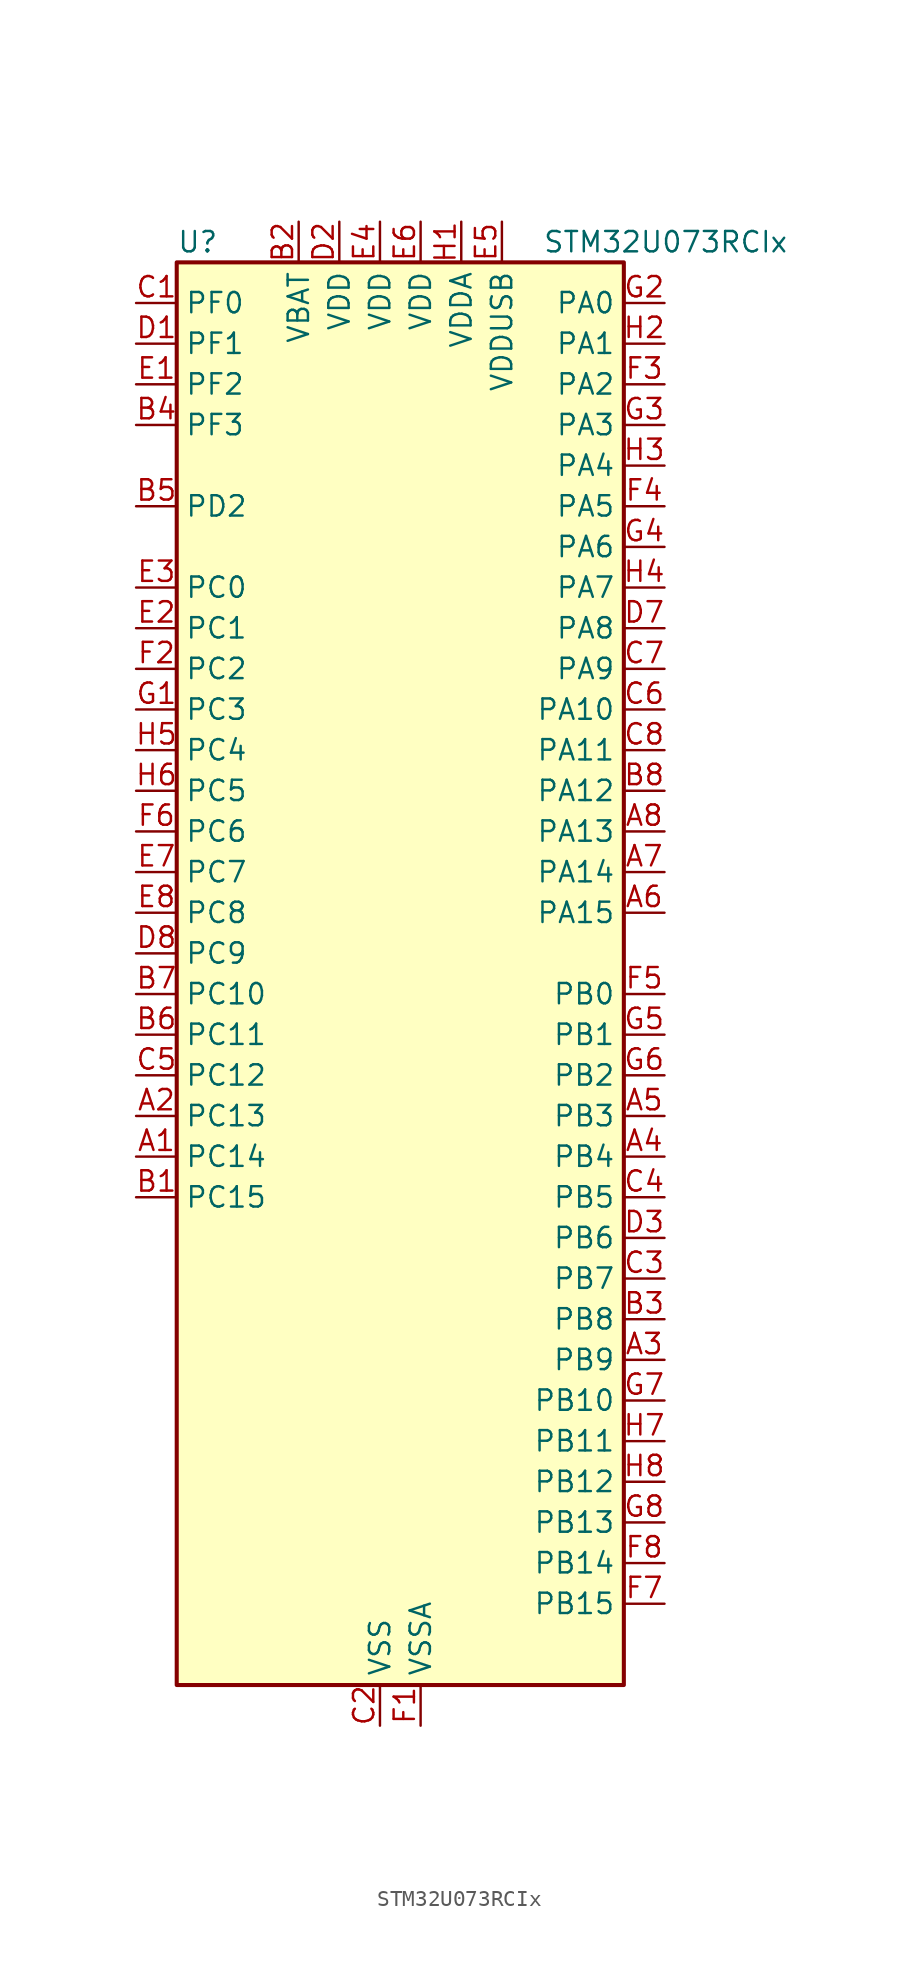
<source format=kicad_sym>
(kicad_symbol_lib
  (version 20231120)
  (generator "kicad_symbol_editor")
  (generator_version "8.99")
  (symbol "STM32U073RCIx"
    (property "Reference" "U"
      (at -12.7 46.99 0)
      (effects (font (size 1.27 1.27)) (justify left)))
    (property "Value" "STM32U073RCIx"
      (at 10.16 46.99 0)
      (effects (font (size 1.27 1.27)) (justify left)))
    (property "ki_locked" ""
      (at 0 0 0)
      (effects (font (size 1.27 1.27))))
    (symbol "STM32U073RCIx_0_1"
      (rectangle (start -12.7 -43.18) (end 15.24 45.72) (stroke (width 0.254) (type default)) (fill (type background))))
    (symbol "STM32U073RCIx_1_1"
      (pin bidirectional line (at -15.24 -10.16 0) (length 2.54) (name "PC14" (effects (font (size 1.27 1.27)))) (number "A1" (effects (font (size 1.27 1.27)))) (alternate "RCC_OSC32_IN" bidirectional line))
      (pin bidirectional line (at -15.24 -7.62 0) (length 2.54) (name "PC13" (effects (font (size 1.27 1.27)))) (number "A2" (effects (font (size 1.27 1.27)))) (alternate "LPTIM1_CH3" bidirectional line) (alternate "LPTIM3_CH3" bidirectional line) (alternate "PWR_WKUP2" bidirectional line) (alternate "RTC_OUT1" bidirectional line) (alternate "RTC_TS" bidirectional line) (alternate "TAMP_IN1" bidirectional line))
      (pin bidirectional line (at 17.78 -22.86 180) (length 2.54) (name "PB9" (effects (font (size 1.27 1.27)))) (number "A3" (effects (font (size 1.27 1.27)))) (alternate "DAC1_EXTI9" bidirectional line) (alternate "I2C1_SDA" bidirectional line) (alternate "I2C2_SDA" bidirectional line) (alternate "IR_OUT" bidirectional line) (alternate "LCD_COM3" bidirectional line) (alternate "LPTIM1_CH4" bidirectional line) (alternate "LPTIM3_CH4" bidirectional line) (alternate "SPI2_NSS" bidirectional line) (alternate "USART3_RX" bidirectional line))
      (pin bidirectional line (at 17.78 -10.16 180) (length 2.54) (name "PB4" (effects (font (size 1.27 1.27)))) (number "A4" (effects (font (size 1.27 1.27)))) (alternate "COMP2_INP" bidirectional line) (alternate "I2C2_SDA" bidirectional line) (alternate "I2C3_SDA" bidirectional line) (alternate "LCD_SEG8" bidirectional line) (alternate "LPTIM1_CH4" bidirectional line) (alternate "LPUART3_DE" bidirectional line) (alternate "LPUART3_RTS" bidirectional line) (alternate "SPI1_MISO" bidirectional line) (alternate "SPI3_MISO" bidirectional line) (alternate "TIM3_CH1" bidirectional line) (alternate "TSC_G2_IO1" bidirectional line) (alternate "USART1_CTS" bidirectional line))
      (pin bidirectional line (at 17.78 -7.62 180) (length 2.54) (name "PB3" (effects (font (size 1.27 1.27)))) (number "A5" (effects (font (size 1.27 1.27)))) (alternate "COMP2_INM" bidirectional line) (alternate "DEBUG_JTDO-SWO" bidirectional line) (alternate "I2C2_SCL" bidirectional line) (alternate "I2C3_SCL" bidirectional line) (alternate "LCD_SEG7" bidirectional line) (alternate "LPTIM1_CH3" bidirectional line) (alternate "SPI1_SCK" bidirectional line) (alternate "SPI3_SCK" bidirectional line) (alternate "TIM2_CH2" bidirectional line) (alternate "USART1_DE" bidirectional line) (alternate "USART1_RTS" bidirectional line))
      (pin bidirectional line (at 17.78 5.08 180) (length 2.54) (name "PA15" (effects (font (size 1.27 1.27)))) (number "A6" (effects (font (size 1.27 1.27)))) (alternate "DEBUG_JTDI" bidirectional line) (alternate "LCD_SEG17" bidirectional line) (alternate "LPTIM3_CH3" bidirectional line) (alternate "LPTIM3_IN2" bidirectional line) (alternate "SPI1_NSS" bidirectional line) (alternate "SPI3_NSS" bidirectional line) (alternate "TIM2_CH1" bidirectional line) (alternate "TIM2_ETR" bidirectional line) (alternate "TSC_G3_IO1" bidirectional line) (alternate "USART2_RX" bidirectional line) (alternate "USART3_DE" bidirectional line) (alternate "USART3_RTS" bidirectional line) (alternate "USART4_DE" bidirectional line) (alternate "USART4_RTS" bidirectional line))
      (pin bidirectional line (at 17.78 7.62 180) (length 2.54) (name "PA14" (effects (font (size 1.27 1.27)))) (number "A7" (effects (font (size 1.27 1.27)))) (alternate "DEBUG_JTCK-SWCLK" bidirectional line) (alternate "LCD_SEG41" bidirectional line) (alternate "LPTIM1_CH1" bidirectional line) (alternate "TSC_G3_IO4" bidirectional line))
      (pin bidirectional line (at 17.78 10.16 180) (length 2.54) (name "PA13" (effects (font (size 1.27 1.27)))) (number "A8" (effects (font (size 1.27 1.27)))) (alternate "DEBUG_JTMS-SWDIO" bidirectional line) (alternate "IR_OUT" bidirectional line) (alternate "LCD_SEG40" bidirectional line) (alternate "TSC_G7_IO4" bidirectional line) (alternate "USB_NOE" bidirectional line))
      (pin bidirectional line (at -15.24 -12.7 0) (length 2.54) (name "PC15" (effects (font (size 1.27 1.27)))) (number "B1" (effects (font (size 1.27 1.27)))) (alternate "RCC_OSC32_EN" bidirectional line) (alternate "RCC_OSC32_OUT" bidirectional line) (alternate "RCC_OSC_EN" bidirectional line))
      (pin power_in line (at -5.08 48.26 270) (length 2.54) (name "VBAT" (effects (font (size 1.27 1.27)))) (number "B2" (effects (font (size 1.27 1.27)))))
      (pin bidirectional line (at 17.78 -20.32 180) (length 2.54) (name "PB8" (effects (font (size 1.27 1.27)))) (number "B3" (effects (font (size 1.27 1.27)))) (alternate "I2C1_SCL" bidirectional line) (alternate "I2C2_SCL" bidirectional line) (alternate "LCD_SEG16" bidirectional line) (alternate "LPTIM1_IN2" bidirectional line) (alternate "LPTIM3_IN2" bidirectional line) (alternate "TIM16_CH1" bidirectional line) (alternate "USART3_TX" bidirectional line))
      (pin bidirectional line (at -15.24 35.56 0) (length 2.54) (name "PF3" (effects (font (size 1.27 1.27)))) (number "B4" (effects (font (size 1.27 1.27)))))
      (pin bidirectional line (at -15.24 30.48 0) (length 2.54) (name "PD2" (effects (font (size 1.27 1.27)))) (number "B5" (effects (font (size 1.27 1.27)))) (alternate "LCD_COM7" bidirectional line) (alternate "LCD_SEG31" bidirectional line) (alternate "LCD_SEG51" bidirectional line) (alternate "TIM3_ETR" bidirectional line) (alternate "TSC_SYNC" bidirectional line) (alternate "USART3_DE" bidirectional line) (alternate "USART3_RTS" bidirectional line))
      (pin bidirectional line (at -15.24 -2.54 0) (length 2.54) (name "PC11" (effects (font (size 1.27 1.27)))) (number "B6" (effects (font (size 1.27 1.27)))) (alternate "ADC1_EXTI11" bidirectional line) (alternate "LCD_COM5" bidirectional line) (alternate "LCD_SEG29" bidirectional line) (alternate "LCD_SEG49" bidirectional line) (alternate "LPTIM3_IN1" bidirectional line) (alternate "SPI3_MISO" bidirectional line) (alternate "TSC_G3_IO3" bidirectional line) (alternate "USART3_RX" bidirectional line) (alternate "USART4_RX" bidirectional line))
      (pin bidirectional line (at -15.24 0 0) (length 2.54) (name "PC10" (effects (font (size 1.27 1.27)))) (number "B7" (effects (font (size 1.27 1.27)))) (alternate "LCD_COM4" bidirectional line) (alternate "LCD_SEG28" bidirectional line) (alternate "LCD_SEG48" bidirectional line) (alternate "LPTIM3_ETR" bidirectional line) (alternate "SPI3_SCK" bidirectional line) (alternate "TSC_G3_IO2" bidirectional line) (alternate "USART3_TX" bidirectional line) (alternate "USART4_TX" bidirectional line))
      (pin bidirectional line (at 17.78 12.7 180) (length 2.54) (name "PA12" (effects (font (size 1.27 1.27)))) (number "B8" (effects (font (size 1.27 1.27)))) (alternate "SPI1_MOSI" bidirectional line) (alternate "SPI2_MOSI" bidirectional line) (alternate "TIM1_ETR" bidirectional line) (alternate "USART1_DE" bidirectional line) (alternate "USART1_RTS" bidirectional line) (alternate "USB_DP" bidirectional line))
      (pin bidirectional line (at -15.24 43.18 0) (length 2.54) (name "PF0" (effects (font (size 1.27 1.27)))) (number "C1" (effects (font (size 1.27 1.27)))) (alternate "RCC_OSC_IN" bidirectional line))
      (pin power_in line (at 0 -45.72 90) (length 2.54) (name "VSS" (effects (font (size 1.27 1.27)))) (number "C2" (effects (font (size 1.27 1.27)))))
      (pin bidirectional line (at 17.78 -17.78 180) (length 2.54) (name "PB7" (effects (font (size 1.27 1.27)))) (number "C3" (effects (font (size 1.27 1.27)))) (alternate "COMP2_INM" bidirectional line) (alternate "I2C1_SDA" bidirectional line) (alternate "I2C2_SDA" bidirectional line) (alternate "I2C4_SDA" bidirectional line) (alternate "LCD_SEG21" bidirectional line) (alternate "LPTIM1_IN2" bidirectional line) (alternate "LPUART2_RX" bidirectional line) (alternate "LPUART3_RX" bidirectional line) (alternate "PWR_PVD_IN" bidirectional line) (alternate "TSC_G2_IO4" bidirectional line) (alternate "USART1_RX" bidirectional line) (alternate "USART4_CTS" bidirectional line))
      (pin bidirectional line (at 17.78 -12.7 180) (length 2.54) (name "PB5" (effects (font (size 1.27 1.27)))) (number "C4" (effects (font (size 1.27 1.27)))) (alternate "COMP2_OUT" bidirectional line) (alternate "LCD_SEG9" bidirectional line) (alternate "LPTIM1_IN1" bidirectional line) (alternate "LPUART3_CTS" bidirectional line) (alternate "SPI1_MOSI" bidirectional line) (alternate "SPI3_MOSI" bidirectional line) (alternate "TIM16_BKIN" bidirectional line) (alternate "TIM3_CH2" bidirectional line) (alternate "TSC_G2_IO2" bidirectional line) (alternate "USART1_CK" bidirectional line))
      (pin bidirectional line (at -15.24 -5.08 0) (length 2.54) (name "PC12" (effects (font (size 1.27 1.27)))) (number "C5" (effects (font (size 1.27 1.27)))) (alternate "LCD_COM6" bidirectional line) (alternate "LCD_SEG30" bidirectional line) (alternate "LCD_SEG50" bidirectional line) (alternate "LPTIM3_CH3" bidirectional line) (alternate "SPI3_MOSI" bidirectional line) (alternate "USART3_CK" bidirectional line) (alternate "USART4_CK" bidirectional line))
      (pin bidirectional line (at 17.78 17.78 180) (length 2.54) (name "PA10" (effects (font (size 1.27 1.27)))) (number "C6" (effects (font (size 1.27 1.27)))) (alternate "CRS_SYNC" bidirectional line) (alternate "I2C1_SDA" bidirectional line) (alternate "I2C2_SDA" bidirectional line) (alternate "LCD_COM2" bidirectional line) (alternate "RCC_MCO2" bidirectional line) (alternate "SPI2_NSS" bidirectional line) (alternate "TIM1_CH3" bidirectional line) (alternate "TSC_G7_IO3" bidirectional line) (alternate "USART1_RX" bidirectional line))
      (pin bidirectional line (at 17.78 20.32 180) (length 2.54) (name "PA9" (effects (font (size 1.27 1.27)))) (number "C7" (effects (font (size 1.27 1.27)))) (alternate "COMP1_INP" bidirectional line) (alternate "DAC1_EXTI9" bidirectional line) (alternate "I2C1_SCL" bidirectional line) (alternate "I2C2_SCL" bidirectional line) (alternate "LCD_COM1" bidirectional line) (alternate "RCC_MCO" bidirectional line) (alternate "TIM15_BKIN" bidirectional line) (alternate "TIM1_CH2" bidirectional line) (alternate "TSC_G7_IO2" bidirectional line) (alternate "USART1_TX" bidirectional line))
      (pin bidirectional line (at 17.78 15.24 180) (length 2.54) (name "PA11" (effects (font (size 1.27 1.27)))) (number "C8" (effects (font (size 1.27 1.27)))) (alternate "ADC1_EXTI11" bidirectional line) (alternate "COMP1_OUT" bidirectional line) (alternate "SPI1_MISO" bidirectional line) (alternate "SPI2_MISO" bidirectional line) (alternate "TIM1_BKIN2" bidirectional line) (alternate "TIM1_CH4" bidirectional line) (alternate "USART1_CTS" bidirectional line) (alternate "USB_DM" bidirectional line))
      (pin bidirectional line (at -15.24 40.64 0) (length 2.54) (name "PF1" (effects (font (size 1.27 1.27)))) (number "D1" (effects (font (size 1.27 1.27)))) (alternate "RCC_OSC_EN" bidirectional line) (alternate "RCC_OSC_OUT" bidirectional line))
      (pin power_in line (at -2.54 48.26 270) (length 2.54) (name "VDD" (effects (font (size 1.27 1.27)))) (number "D2" (effects (font (size 1.27 1.27)))))
      (pin bidirectional line (at 17.78 -15.24 180) (length 2.54) (name "PB6" (effects (font (size 1.27 1.27)))) (number "D3" (effects (font (size 1.27 1.27)))) (alternate "COMP2_INP" bidirectional line) (alternate "I2C1_SCL" bidirectional line) (alternate "I2C2_SCL" bidirectional line) (alternate "I2C4_SCL" bidirectional line) (alternate "LPTIM1_ETR" bidirectional line) (alternate "LPUART2_TX" bidirectional line) (alternate "LPUART3_TX" bidirectional line) (alternate "TIM16_CH1N" bidirectional line) (alternate "TSC_G2_IO3" bidirectional line) (alternate "USART1_TX" bidirectional line))
      (pin passive line (at 0 -45.72 90) (length 2.54) hide (name "VSS" (effects (font (size 1.27 1.27)))) (number "D4" (effects (font (size 1.27 1.27)))))
      (pin passive line (at 0 -45.72 90) (length 2.54) hide (name "VSS" (effects (font (size 1.27 1.27)))) (number "D5" (effects (font (size 1.27 1.27)))))
      (pin passive line (at 0 -45.72 90) (length 2.54) hide (name "VSS" (effects (font (size 1.27 1.27)))) (number "D6" (effects (font (size 1.27 1.27)))))
      (pin bidirectional line (at 17.78 22.86 180) (length 2.54) (name "PA8" (effects (font (size 1.27 1.27)))) (number "D7" (effects (font (size 1.27 1.27)))) (alternate "LCD_COM0" bidirectional line) (alternate "LPTIM2_CH1" bidirectional line) (alternate "RCC_MCO" bidirectional line) (alternate "RCC_MCO2" bidirectional line) (alternate "TIM1_CH1" bidirectional line) (alternate "TSC_G7_IO1" bidirectional line) (alternate "USART1_CK" bidirectional line))
      (pin bidirectional line (at -15.24 2.54 0) (length 2.54) (name "PC9" (effects (font (size 1.27 1.27)))) (number "D8" (effects (font (size 1.27 1.27)))) (alternate "DAC1_EXTI9" bidirectional line) (alternate "LCD_SEG27" bidirectional line) (alternate "LPTIM3_CH2" bidirectional line) (alternate "TIM3_CH4" bidirectional line) (alternate "TSC_G4_IO4" bidirectional line) (alternate "USB_NOE" bidirectional line))
      (pin bidirectional line (at -15.24 38.1 0) (length 2.54) (name "PF2" (effects (font (size 1.27 1.27)))) (number "E1" (effects (font (size 1.27 1.27)))) (alternate "RCC_MCO" bidirectional line))
      (pin bidirectional line (at -15.24 22.86 0) (length 2.54) (name "PC1" (effects (font (size 1.27 1.27)))) (number "E2" (effects (font (size 1.27 1.27)))) (alternate "ADC1_IN1" bidirectional line) (alternate "I2C3_SDA" bidirectional line) (alternate "I2C4_SDA" bidirectional line) (alternate "LCD_BIAS2" bidirectional line) (alternate "LCD_SEG19" bidirectional line) (alternate "LPTIM1_CH1" bidirectional line) (alternate "LPUART1_TX" bidirectional line) (alternate "LPUART2_RX" bidirectional line))
      (pin bidirectional line (at -15.24 25.4 0) (length 2.54) (name "PC0" (effects (font (size 1.27 1.27)))) (number "E3" (effects (font (size 1.27 1.27)))) (alternate "ADC1_IN0" bidirectional line) (alternate "I2C3_SCL" bidirectional line) (alternate "I2C4_SCL" bidirectional line) (alternate "LCD_BIAS1" bidirectional line) (alternate "LCD_SEG18" bidirectional line) (alternate "LPTIM1_IN1" bidirectional line) (alternate "LPTIM2_IN1" bidirectional line) (alternate "LPUART1_RX" bidirectional line) (alternate "LPUART2_TX" bidirectional line))
      (pin power_in line (at 0 48.26 270) (length 2.54) (name "VDD" (effects (font (size 1.27 1.27)))) (number "E4" (effects (font (size 1.27 1.27)))))
      (pin power_in line (at 7.62 48.26 270) (length 2.54) (name "VDDUSB" (effects (font (size 1.27 1.27)))) (number "E5" (effects (font (size 1.27 1.27)))))
      (pin power_in line (at 2.54 48.26 270) (length 2.54) (name "VDD" (effects (font (size 1.27 1.27)))) (number "E6" (effects (font (size 1.27 1.27)))))
      (pin bidirectional line (at -15.24 7.62 0) (length 2.54) (name "PC7" (effects (font (size 1.27 1.27)))) (number "E7" (effects (font (size 1.27 1.27)))) (alternate "LCD_SEG25" bidirectional line) (alternate "LPTIM2_CH2" bidirectional line) (alternate "LPTIM3_CH4" bidirectional line) (alternate "LPUART2_RX" bidirectional line) (alternate "TIM3_CH2" bidirectional line) (alternate "TSC_G4_IO2" bidirectional line))
      (pin bidirectional line (at -15.24 5.08 0) (length 2.54) (name "PC8" (effects (font (size 1.27 1.27)))) (number "E8" (effects (font (size 1.27 1.27)))) (alternate "LCD_SEG26" bidirectional line) (alternate "LPTIM3_CH1" bidirectional line) (alternate "TIM3_CH3" bidirectional line) (alternate "TSC_G4_IO3" bidirectional line))
      (pin power_in line (at 2.54 -45.72 90) (length 2.54) (name "VSSA" (effects (font (size 1.27 1.27)))) (number "F1" (effects (font (size 1.27 1.27)))))
      (pin bidirectional line (at -15.24 20.32 0) (length 2.54) (name "PC2" (effects (font (size 1.27 1.27)))) (number "F2" (effects (font (size 1.27 1.27)))) (alternate "ADC1_IN2" bidirectional line) (alternate "LCD_BIAS3" bidirectional line) (alternate "LCD_SEG20" bidirectional line) (alternate "LPTIM1_IN2" bidirectional line) (alternate "RCC_MCO2" bidirectional line) (alternate "SPI2_MISO" bidirectional line))
      (pin bidirectional line (at 17.78 38.1 180) (length 2.54) (name "PA2" (effects (font (size 1.27 1.27)))) (number "F3" (effects (font (size 1.27 1.27)))) (alternate "ADC1_IN6" bidirectional line) (alternate "COMP2_INM" bidirectional line) (alternate "COMP2_OUT" bidirectional line) (alternate "LCD_SEG1" bidirectional line) (alternate "LPUART1_TX" bidirectional line) (alternate "PWR_WKUP4" bidirectional line) (alternate "RCC_LSCO" bidirectional line) (alternate "TIM15_CH1" bidirectional line) (alternate "TIM2_CH3" bidirectional line) (alternate "USART2_TX" bidirectional line))
      (pin bidirectional line (at 17.78 30.48 180) (length 2.54) (name "PA5" (effects (font (size 1.27 1.27)))) (number "F4" (effects (font (size 1.27 1.27)))) (alternate "ADC1_IN9" bidirectional line) (alternate "COMP1_INM" bidirectional line) (alternate "COMP2_INM" bidirectional line) (alternate "LCD_SEG44" bidirectional line) (alternate "LPTIM2_ETR" bidirectional line) (alternate "LPUART3_RX" bidirectional line) (alternate "SPI1_SCK" bidirectional line) (alternate "TIM2_CH1" bidirectional line) (alternate "TIM2_ETR" bidirectional line) (alternate "USART3_TX" bidirectional line))
      (pin bidirectional line (at 17.78 0 180) (length 2.54) (name "PB0" (effects (font (size 1.27 1.27)))) (number "F5" (effects (font (size 1.27 1.27)))) (alternate "ADC1_IN17" bidirectional line) (alternate "COMP1_OUT" bidirectional line) (alternate "LCD_SEG5" bidirectional line) (alternate "LPTIM3_CH1" bidirectional line) (alternate "LPUART2_CTS" bidirectional line) (alternate "SPI1_NSS" bidirectional line) (alternate "TIM1_CH2N" bidirectional line) (alternate "TIM3_CH3" bidirectional line) (alternate "TSC_G5_IO2" bidirectional line) (alternate "USART3_CK" bidirectional line))
      (pin bidirectional line (at -15.24 10.16 0) (length 2.54) (name "PC6" (effects (font (size 1.27 1.27)))) (number "F6" (effects (font (size 1.27 1.27)))) (alternate "COMP1_INP" bidirectional line) (alternate "LCD_SEG24" bidirectional line) (alternate "LPUART2_TX" bidirectional line) (alternate "TIM3_CH1" bidirectional line) (alternate "TSC_G4_IO1" bidirectional line))
      (pin bidirectional line (at 17.78 -38.1 180) (length 2.54) (name "PB15" (effects (font (size 1.27 1.27)))) (number "F7" (effects (font (size 1.27 1.27)))) (alternate "LCD_SEG15" bidirectional line) (alternate "PWR_WKUP7" bidirectional line) (alternate "RTC_REFIN" bidirectional line) (alternate "SPI2_MOSI" bidirectional line) (alternate "TAMP_IN3" bidirectional line) (alternate "TIM15_CH2" bidirectional line) (alternate "TIM1_CH3N" bidirectional line) (alternate "TSC_G1_IO4" bidirectional line))
      (pin bidirectional line (at 17.78 -35.56 180) (length 2.54) (name "PB14" (effects (font (size 1.27 1.27)))) (number "F8" (effects (font (size 1.27 1.27)))) (alternate "I2C2_SDA" bidirectional line) (alternate "LCD_SEG14" bidirectional line) (alternate "LPTIM3_ETR" bidirectional line) (alternate "SPI2_MISO" bidirectional line) (alternate "TIM15_CH1" bidirectional line) (alternate "TIM1_CH2N" bidirectional line) (alternate "TSC_G1_IO3" bidirectional line) (alternate "USART3_DE" bidirectional line) (alternate "USART3_RTS" bidirectional line))
      (pin bidirectional line (at -15.24 17.78 0) (length 2.54) (name "PC3" (effects (font (size 1.27 1.27)))) (number "G1" (effects (font (size 1.27 1.27)))) (alternate "ADC1_IN3" bidirectional line) (alternate "LPTIM1_ETR" bidirectional line) (alternate "LPTIM2_ETR" bidirectional line) (alternate "LPTIM3_CH1" bidirectional line) (alternate "SPI2_MOSI" bidirectional line) (alternate "USART4_CK" bidirectional line))
      (pin bidirectional line (at 17.78 43.18 180) (length 2.54) (name "PA0" (effects (font (size 1.27 1.27)))) (number "G2" (effects (font (size 1.27 1.27)))) (alternate "ADC1_IN4" bidirectional line) (alternate "COMP1_INM" bidirectional line) (alternate "COMP1_OUT" bidirectional line) (alternate "LCD_SEG42" bidirectional line) (alternate "OPAMP1_VINP" bidirectional line) (alternate "PWR_WKUP1" bidirectional line) (alternate "TAMP_IN2" bidirectional line) (alternate "TIM2_CH1" bidirectional line) (alternate "TIM2_ETR" bidirectional line) (alternate "USART2_CTS" bidirectional line) (alternate "USART4_TX" bidirectional line))
      (pin bidirectional line (at 17.78 35.56 180) (length 2.54) (name "PA3" (effects (font (size 1.27 1.27)))) (number "G3" (effects (font (size 1.27 1.27)))) (alternate "ADC1_IN7" bidirectional line) (alternate "COMP2_INP" bidirectional line) (alternate "LCD_SEG2" bidirectional line) (alternate "LPUART1_RX" bidirectional line) (alternate "OPAMP1_VOUT" bidirectional line) (alternate "TIM15_CH2" bidirectional line) (alternate "TIM2_CH4" bidirectional line) (alternate "USART2_RX" bidirectional line))
      (pin bidirectional line (at 17.78 27.94 180) (length 2.54) (name "PA6" (effects (font (size 1.27 1.27)))) (number "G4" (effects (font (size 1.27 1.27)))) (alternate "ADC1_IN10" bidirectional line) (alternate "COMP1_OUT" bidirectional line) (alternate "I2C2_SDA" bidirectional line) (alternate "I2C3_SDA" bidirectional line) (alternate "LCD_SEG3" bidirectional line) (alternate "LPUART1_CTS" bidirectional line) (alternate "SPI1_MISO" bidirectional line) (alternate "TIM16_CH1" bidirectional line) (alternate "TIM1_BKIN" bidirectional line) (alternate "TIM3_CH1" bidirectional line) (alternate "TSC_G5_IO1" bidirectional line) (alternate "USART3_CTS" bidirectional line))
      (pin bidirectional line (at 17.78 -2.54 180) (length 2.54) (name "PB1" (effects (font (size 1.27 1.27)))) (number "G5" (effects (font (size 1.27 1.27)))) (alternate "ADC1_IN18" bidirectional line) (alternate "COMP1_INM" bidirectional line) (alternate "LCD_SEG6" bidirectional line) (alternate "LPTIM2_IN1" bidirectional line) (alternate "LPTIM3_CH2" bidirectional line) (alternate "LPUART1_DE" bidirectional line) (alternate "LPUART1_RTS" bidirectional line) (alternate "LPUART2_DE" bidirectional line) (alternate "LPUART2_RTS" bidirectional line) (alternate "TIM1_CH3N" bidirectional line) (alternate "TIM3_CH4" bidirectional line) (alternate "TSC_SYNC" bidirectional line) (alternate "USART3_DE" bidirectional line) (alternate "USART3_RTS" bidirectional line))
      (pin bidirectional line (at 17.78 -5.08 180) (length 2.54) (name "PB2" (effects (font (size 1.27 1.27)))) (number "G6" (effects (font (size 1.27 1.27)))) (alternate "COMP1_INP" bidirectional line) (alternate "LPTIM1_CH1" bidirectional line) (alternate "RTC_OUT2" bidirectional line))
      (pin bidirectional line (at 17.78 -25.4 180) (length 2.54) (name "PB10" (effects (font (size 1.27 1.27)))) (number "G7" (effects (font (size 1.27 1.27)))) (alternate "COMP1_OUT" bidirectional line) (alternate "I2C2_SCL" bidirectional line) (alternate "I2C4_SCL" bidirectional line) (alternate "LCD_SEG10" bidirectional line) (alternate "LPTIM3_CH1" bidirectional line) (alternate "LPUART1_RX" bidirectional line) (alternate "LPUART2_RX" bidirectional line) (alternate "SPI2_SCK" bidirectional line) (alternate "TIM2_CH3" bidirectional line) (alternate "TSC_G5_IO3" bidirectional line) (alternate "USART3_TX" bidirectional line))
      (pin bidirectional line (at 17.78 -33.02 180) (length 2.54) (name "PB13" (effects (font (size 1.27 1.27)))) (number "G8" (effects (font (size 1.27 1.27)))) (alternate "I2C2_SCL" bidirectional line) (alternate "LCD_SEG13" bidirectional line) (alternate "LPTIM3_IN1" bidirectional line) (alternate "LPUART1_CTS" bidirectional line) (alternate "SPI2_SCK" bidirectional line) (alternate "TIM15_CH1N" bidirectional line) (alternate "TIM1_CH1N" bidirectional line) (alternate "TSC_G1_IO2" bidirectional line) (alternate "USART3_CTS" bidirectional line))
      (pin power_in line (at 5.08 48.26 270) (length 2.54) (name "VDDA" (effects (font (size 1.27 1.27)))) (number "H1" (effects (font (size 1.27 1.27)))))
      (pin bidirectional line (at 17.78 40.64 180) (length 2.54) (name "PA1" (effects (font (size 1.27 1.27)))) (number "H2" (effects (font (size 1.27 1.27)))) (alternate "ADC1_IN5" bidirectional line) (alternate "COMP1_INP" bidirectional line) (alternate "LCD_SEG0" bidirectional line) (alternate "LPTIM1_CH2" bidirectional line) (alternate "OPAMP1_VINM" bidirectional line) (alternate "PWR_WKUP3" bidirectional line) (alternate "SPI1_SCK" bidirectional line) (alternate "SPI2_SCK" bidirectional line) (alternate "TAMP_IN5" bidirectional line) (alternate "TIM15_CH1N" bidirectional line) (alternate "TIM2_CH2" bidirectional line) (alternate "USART2_DE" bidirectional line) (alternate "USART2_RTS" bidirectional line) (alternate "USART4_RX" bidirectional line))
      (pin bidirectional line (at 17.78 33.02 180) (length 2.54) (name "PA4" (effects (font (size 1.27 1.27)))) (number "H3" (effects (font (size 1.27 1.27)))) (alternate "ADC1_IN8" bidirectional line) (alternate "COMP1_INM" bidirectional line) (alternate "COMP2_INM" bidirectional line) (alternate "DAC1_OUT1" bidirectional line) (alternate "LCD_SEG43" bidirectional line) (alternate "LPTIM2_CH1" bidirectional line) (alternate "LPUART3_TX" bidirectional line) (alternate "SPI1_NSS" bidirectional line) (alternate "SPI3_NSS" bidirectional line) (alternate "USART2_CK" bidirectional line))
      (pin bidirectional line (at 17.78 25.4 180) (length 2.54) (name "PA7" (effects (font (size 1.27 1.27)))) (number "H4" (effects (font (size 1.27 1.27)))) (alternate "ADC1_IN14" bidirectional line) (alternate "COMP2_OUT" bidirectional line) (alternate "I2C2_SCL" bidirectional line) (alternate "I2C3_SCL" bidirectional line) (alternate "LCD_SEG4" bidirectional line) (alternate "LPTIM2_CH2" bidirectional line) (alternate "SPI1_MOSI" bidirectional line) (alternate "TIM1_CH1N" bidirectional line) (alternate "TIM3_CH2" bidirectional line) (alternate "USART3_RX" bidirectional line))
      (pin bidirectional line (at -15.24 15.24 0) (length 2.54) (name "PC4" (effects (font (size 1.27 1.27)))) (number "H5" (effects (font (size 1.27 1.27)))) (alternate "ADC1_IN15" bidirectional line) (alternate "COMP1_INM" bidirectional line) (alternate "LCD_SEG22" bidirectional line) (alternate "LPUART3_TX" bidirectional line) (alternate "USART3_TX" bidirectional line))
      (pin bidirectional line (at -15.24 12.7 0) (length 2.54) (name "PC5" (effects (font (size 1.27 1.27)))) (number "H6" (effects (font (size 1.27 1.27)))) (alternate "ADC1_IN16" bidirectional line) (alternate "COMP1_INP" bidirectional line) (alternate "LCD_SEG23" bidirectional line) (alternate "LPTIM3_CH3" bidirectional line) (alternate "LPUART3_RX" bidirectional line) (alternate "PWR_WKUP5" bidirectional line) (alternate "TAMP_IN4" bidirectional line) (alternate "USART3_RX" bidirectional line))
      (pin bidirectional line (at 17.78 -27.94 180) (length 2.54) (name "PB11" (effects (font (size 1.27 1.27)))) (number "H7" (effects (font (size 1.27 1.27)))) (alternate "ADC1_EXTI11" bidirectional line) (alternate "COMP2_OUT" bidirectional line) (alternate "I2C2_SDA" bidirectional line) (alternate "I2C4_SDA" bidirectional line) (alternate "LCD_SEG11" bidirectional line) (alternate "LPUART1_TX" bidirectional line) (alternate "LPUART2_TX" bidirectional line) (alternate "TIM2_CH4" bidirectional line) (alternate "TSC_G5_IO4" bidirectional line) (alternate "USART3_RX" bidirectional line))
      (pin bidirectional line (at 17.78 -30.48 180) (length 2.54) (name "PB12" (effects (font (size 1.27 1.27)))) (number "H8" (effects (font (size 1.27 1.27)))) (alternate "LCD_SEG12" bidirectional line) (alternate "LPUART1_DE" bidirectional line) (alternate "LPUART1_RTS" bidirectional line) (alternate "SPI2_NSS" bidirectional line) (alternate "TIM15_BKIN" bidirectional line) (alternate "TIM1_BKIN" bidirectional line) (alternate "TSC_G1_IO1" bidirectional line) (alternate "USART3_CK" bidirectional line)))))
</source>
